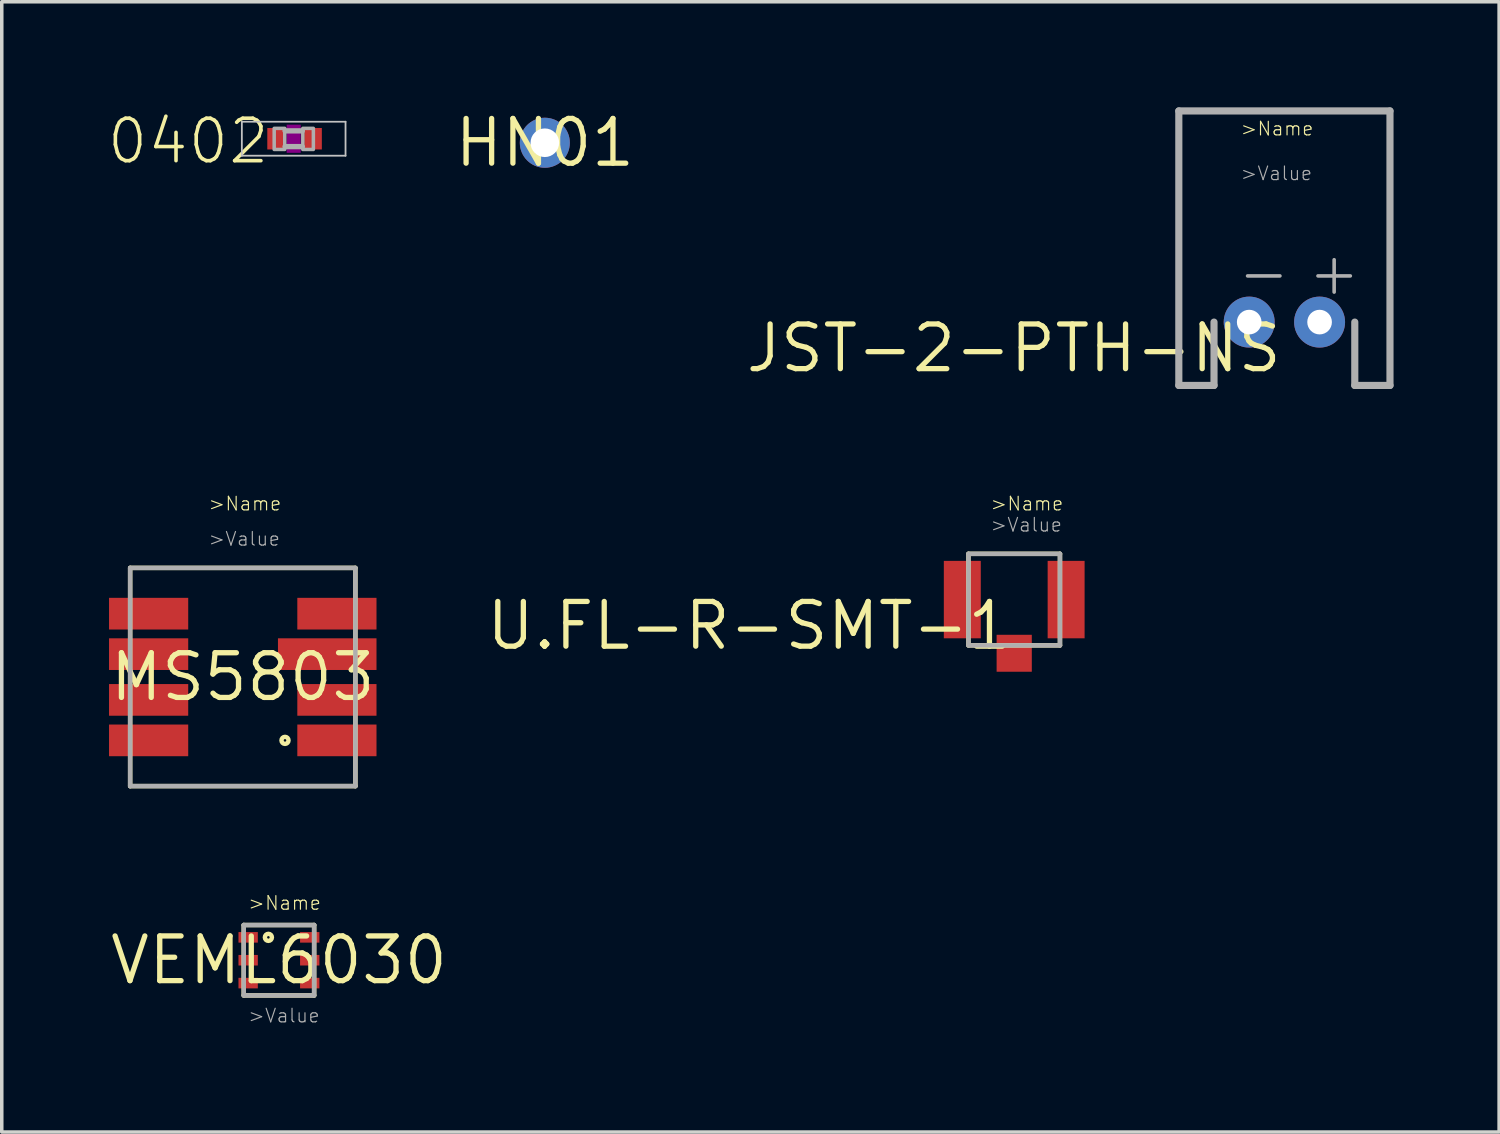
<source format=kicad_pcb>
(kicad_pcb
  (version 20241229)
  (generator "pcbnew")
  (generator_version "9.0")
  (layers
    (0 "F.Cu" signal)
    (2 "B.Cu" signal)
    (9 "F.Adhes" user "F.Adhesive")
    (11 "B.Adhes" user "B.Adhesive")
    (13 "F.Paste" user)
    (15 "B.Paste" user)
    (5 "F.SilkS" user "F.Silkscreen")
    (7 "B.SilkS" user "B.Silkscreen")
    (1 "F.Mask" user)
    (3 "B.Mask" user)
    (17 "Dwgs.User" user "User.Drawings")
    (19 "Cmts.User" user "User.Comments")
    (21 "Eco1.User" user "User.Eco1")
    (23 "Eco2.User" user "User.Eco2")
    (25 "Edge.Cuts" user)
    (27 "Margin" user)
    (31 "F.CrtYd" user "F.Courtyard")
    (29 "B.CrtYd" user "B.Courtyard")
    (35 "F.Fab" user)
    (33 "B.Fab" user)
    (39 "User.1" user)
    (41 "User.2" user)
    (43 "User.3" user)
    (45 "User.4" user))
  (footprint "U.FL-R-SMT-1"
    (layer "F.Cu")
    (at 25.768 13.987)
    (property "Reference" "U.FL-R-SMT-1" (at 0 0 0) (layer "F.SilkS") (effects (font (size 1.27 1.27) (thickness 0.15)) (justify right top)))
    (attr through_hole)
    (fp_line (start -1.3 -1.3) (end 1.3 -1.3) (stroke (width 0.127) (type solid)) (layer "F.SilkS"))
    (fp_line (start -1.3 1.3) (end -1.3 -1.3) (stroke (width 0.127) (type solid)) (layer "F.SilkS"))
    (fp_line (start 1.3 -1.3) (end 1.3 1.3) (stroke (width 0.127) (type solid)) (layer "F.SilkS"))
    (fp_line (start 1.3 1.3) (end -1.3 1.3) (stroke (width 0.127) (type solid)) (layer "F.SilkS"))
    (fp_line (start -1.3 -1.3) (end 1.3 -1.3) (stroke (width 0.127) (type solid)) (layer "F.Fab"))
    (fp_line (start -1.3 1.3) (end -1.3 -1.3) (stroke (width 0.127) (type solid)) (layer "F.Fab"))
    (fp_line (start 1.3 -1.3) (end 1.3 1.3) (stroke (width 0.127) (type solid)) (layer "F.Fab"))
    (fp_line (start 1.3 1.3) (end -1.3 1.3) (stroke (width 0.127) (type solid)) (layer "F.Fab"))
    (fp_text user ">Name" (at -0.7 -2.5 0) (layer "F.SilkS") (effects (font (size 0.386 0.386) (thickness 0.033)) (justify left bottom)))
    (fp_text user ">Value" (at -0.7 -1.9 0) (layer "F.Fab") (effects (font (size 0.386 0.386) (thickness 0.033)) (justify left bottom)))
    (pad "P$1" smd rect (at -1.475 0 90) (size 2.2 1.05) (layers "F.Cu" "F.Mask" "F.Paste"))
    (pad "P$2" smd rect (at 1.475 0 90) (size 2.2 1.05) (layers "F.Cu" "F.Mask" "F.Paste"))
    (pad "P$3" smd rect (at 0 1.525) (size 1 1.05) (layers "F.Cu" "F.Mask" "F.Paste")))
  (footprint "0402"
    (layer "F.Cu")
    (at 5.295 0.892)
    (property "Reference" "0402" (at -0.635 -0.635 0) (layer "F.SilkS") (effects (font (size 1.206 1.206) (thickness 0.102)) (justify right top)))
    (attr through_hole)
    (fp_poly (pts (xy -0.2 0.4) (xy 0.2 0.4) (xy 0.2 -0.4) (xy -0.2 -0.4)) (stroke (width 0) (type solid)) (fill yes) (layer "F.Adhes"))
    (fp_line (start -1.473 -0.483) (end 1.473 -0.483) (stroke (width 0.051) (type solid)) (layer "Dwgs.User"))
    (fp_line (start -1.473 0.483) (end -1.473 -0.483) (stroke (width 0.051) (type solid)) (layer "Dwgs.User"))
    (fp_line (start 1.473 -0.483) (end 1.473 0.483) (stroke (width 0.051) (type solid)) (layer "Dwgs.User"))
    (fp_line (start 1.473 0.483) (end -1.473 0.483) (stroke (width 0.051) (type solid)) (layer "Dwgs.User"))
    (fp_line (start -0.245 -0.224) (end 0.245 -0.224) (stroke (width 0.152) (type solid)) (layer "F.Fab"))
    (fp_line (start 0.245 0.224) (end -0.245 0.224) (stroke (width 0.152) (type solid)) (layer "F.Fab"))
    (fp_poly (pts (xy -0.554 0.305) (xy -0.254 0.305) (xy -0.254 -0.295) (xy -0.554 -0.295)) (stroke (width 0.1) (type solid)) (fill no) (layer "F.Fab"))
    (fp_poly (pts (xy 0.259 0.305) (xy 0.559 0.305) (xy 0.559 -0.295) (xy 0.259 -0.295)) (stroke (width 0.1) (type solid)) (fill no) (layer "F.Fab"))
    (pad "1" smd rect (at -0.5 0) (size 0.5 0.61) (layers "F.Cu" "F.Mask" "F.Paste"))
    (pad "2" smd rect (at 0.55 0) (size 0.5 0.61) (layers "F.Cu" "F.Mask" "F.Paste")))
  (footprint "HN01"
    (layer "F.Cu")
    (at 12.431 1.006)
    (property "Reference" "HN01" (at 0 0 0) (layer "F.SilkS") (effects (font (size 1.27 1.27) (thickness 0.15))))
    (attr through_hole)
    (pad "P$1" thru_hole circle (at 0 0) (size 1.422 1.422) (drill 0.813) (layers "*.Cu" "*.Mask")))
  (footprint "MS5803"
    (layer "F.Cu")
    (at 3.848 16.187)
    (property "Reference" "MS5803" (at 0 0 0) (layer "F.SilkS") (effects (font (size 1.27 1.27) (thickness 0.15))))
    (attr through_hole)
    (fp_line (start -3.2 -3.1) (end 3.2 -3.1) (stroke (width 0.127) (type solid)) (layer "F.SilkS"))
    (fp_line (start -3.2 3.1) (end -3.2 -3.1) (stroke (width 0.127) (type solid)) (layer "F.SilkS"))
    (fp_line (start 3.2 -3.1) (end 3.2 3.1) (stroke (width 0.127) (type solid)) (layer "F.SilkS"))
    (fp_line (start 3.2 3.1) (end -3.2 3.1) (stroke (width 0.127) (type solid)) (layer "F.SilkS"))
    (fp_circle (center 1.2 1.8) (end 1.3 1.8) (stroke (width 0.127) (type solid)) (fill no) (layer "F.SilkS"))
    (fp_line (start -3.2 -3.1) (end 3.2 -3.1) (stroke (width 0.127) (type solid)) (layer "F.Fab"))
    (fp_line (start -3.2 3.1) (end -3.2 -3.1) (stroke (width 0.127) (type solid)) (layer "F.Fab"))
    (fp_line (start 3.2 -3.1) (end 3.2 3.1) (stroke (width 0.127) (type solid)) (layer "F.Fab"))
    (fp_line (start 3.2 3.1) (end -3.2 3.1) (stroke (width 0.127) (type solid)) (layer "F.Fab"))
    (fp_text user ">Name" (at -1 -4.7 0) (layer "F.SilkS") (effects (font (size 0.386 0.386) (thickness 0.033)) (justify left bottom)))
    (fp_text user ">Value" (at -1 -3.7 0) (layer "F.Fab") (effects (font (size 0.386 0.386) (thickness 0.033)) (justify left bottom)))
    (pad "P$1" smd rect (at 2.675 1.8) (size 2.25 0.9) (layers "F.Cu" "F.Mask" "F.Paste"))
    (pad "P$2" smd rect (at 2.675 0.65) (size 2.25 0.9) (layers "F.Cu" "F.Mask" "F.Paste"))
    (pad "P$3" smd rect (at 2.4 -0.65) (size 2.8 0.9) (layers "F.Cu" "F.Mask" "F.Paste"))
    (pad "P$4" smd rect (at 2.675 -1.8) (size 2.25 0.9) (layers "F.Cu" "F.Mask" "F.Paste"))
    (pad "P$5" smd rect (at -2.675 -1.8) (size 2.25 0.9) (layers "F.Cu" "F.Mask" "F.Paste"))
    (pad "P$6" smd rect (at -2.675 -0.65) (size 2.25 0.9) (layers "F.Cu" "F.Mask" "F.Paste"))
    (pad "P$7" smd rect (at -2.675 0.65) (size 2.25 0.9) (layers "F.Cu" "F.Mask" "F.Paste"))
    (pad "P$8" smd rect (at -2.675 1.8) (size 2.25 0.9) (layers "F.Cu" "F.Mask" "F.Paste")))
  (footprint "VEML6030"
    (layer "F.Cu")
    (at 4.876 24.234)
    (property "Reference" "VEML6030" (at 0 0 0) (layer "F.SilkS") (effects (font (size 1.27 1.27) (thickness 0.15))))
    (attr through_hole)
    (fp_line (start -1 -1) (end 1 -1) (stroke (width 0.127) (type solid)) (layer "F.SilkS"))
    (fp_line (start -1 1) (end -1 -1) (stroke (width 0.127) (type solid)) (layer "F.SilkS"))
    (fp_line (start 1 -1) (end 1 1) (stroke (width 0.127) (type solid)) (layer "F.SilkS"))
    (fp_line (start 1 1) (end -1 1) (stroke (width 0.127) (type solid)) (layer "F.SilkS"))
    (fp_circle (center -0.3 -0.65) (end -0.2 -0.65) (stroke (width 0.127) (type solid)) (fill no) (layer "F.SilkS"))
    (fp_line (start -1 -1) (end 1 -1) (stroke (width 0.127) (type solid)) (layer "F.Fab"))
    (fp_line (start -1 1) (end -1 -1) (stroke (width 0.127) (type solid)) (layer "F.Fab"))
    (fp_line (start 1 -1) (end 1 1) (stroke (width 0.127) (type solid)) (layer "F.Fab"))
    (fp_line (start 1 1) (end -1 1) (stroke (width 0.127) (type solid)) (layer "F.Fab"))
    (fp_text user ">Name" (at -0.9 -1.4 0) (layer "F.SilkS") (effects (font (size 0.386 0.386) (thickness 0.033)) (justify left bottom)))
    (fp_text user ">Value" (at -0.9 1.8 0) (layer "F.Fab") (effects (font (size 0.386 0.386) (thickness 0.033)) (justify left bottom)))
    (pad "P$1" smd rect (at -0.875 -0.65) (size 0.55 0.3) (layers "F.Cu" "F.Mask" "F.Paste"))
    (pad "P$2" smd rect (at -0.875 0) (size 0.55 0.3) (layers "F.Cu" "F.Mask" "F.Paste"))
    (pad "P$3" smd rect (at -0.875 0.65) (size 0.55 0.3) (layers "F.Cu" "F.Mask" "F.Paste"))
    (pad "P$4" smd rect (at 0.875 0.65) (size 0.55 0.3) (layers "F.Cu" "F.Mask" "F.Paste"))
    (pad "P$5" smd rect (at 0.875 0) (size 0.55 0.3) (layers "F.Cu" "F.Mask" "F.Paste"))
    (pad "P$6" smd rect (at 0.875 -0.65) (size 0.55 0.3) (layers "F.Cu" "F.Mask" "F.Paste")))
  (footprint "JST-2-PTH-NS"
    (layer "F.Cu")
    (at 33.445 6.102)
    (property "Reference" "JST-2-PTH-NS" (at 0 0 0) (layer "F.SilkS") (effects (font (size 1.27 1.27) (thickness 0.15)) (justify right top)))
    (attr through_hole)
    (fp_line (start -3 -6) (end 3 -6) (stroke (width 0.203) (type solid)) (layer "F.Fab"))
    (fp_line (start -3 1.8) (end -3 -6) (stroke (width 0.203) (type solid)) (layer "F.Fab"))
    (fp_line (start -2 0) (end -2 1.8) (stroke (width 0.203) (type solid)) (layer "F.Fab"))
    (fp_line (start -2 1.8) (end -3 1.8) (stroke (width 0.203) (type solid)) (layer "F.Fab"))
    (fp_line (start 2 1.8) (end 2 0) (stroke (width 0.203) (type solid)) (layer "F.Fab"))
    (fp_line (start 3 -6) (end 3 1.8) (stroke (width 0.203) (type solid)) (layer "F.Fab"))
    (fp_line (start 3 1.8) (end 2 1.8) (stroke (width 0.203) (type solid)) (layer "F.Fab"))
    (fp_text user ">Name" (at -1.27 -5.27 0) (layer "F.SilkS") (effects (font (size 0.386 0.386) (thickness 0.033)) (justify left bottom)))
    (fp_text user "+" (at 0.6 -0.7 0) (layer "F.Fab") (effects (font (size 1.206 1.206) (thickness 0.102)) (justify left bottom)))
    (fp_text user ">Value" (at -1.27 -4 0) (layer "F.Fab") (effects (font (size 0.386 0.386) (thickness 0.033)) (justify left bottom)))
    (fp_text user "-" (at -1.4 -0.7 0) (layer "F.Fab") (effects (font (size 1.206 1.206) (thickness 0.102)) (justify left bottom)))
    (pad "1" thru_hole circle (at -1 0) (size 1.448 1.448) (drill 0.7) (layers "*.Cu" "*.Mask"))
    (pad "2" thru_hole circle (at 1 0) (size 1.448 1.448) (drill 0.7) (layers "*.Cu" "*.Mask")))
  (gr_rect
    (start -3 -3)
    (end 39.546 29.116)
    (stroke (width 0.1) (type default))
    (fill no)
    (layer "Edge.Cuts")))
</source>
